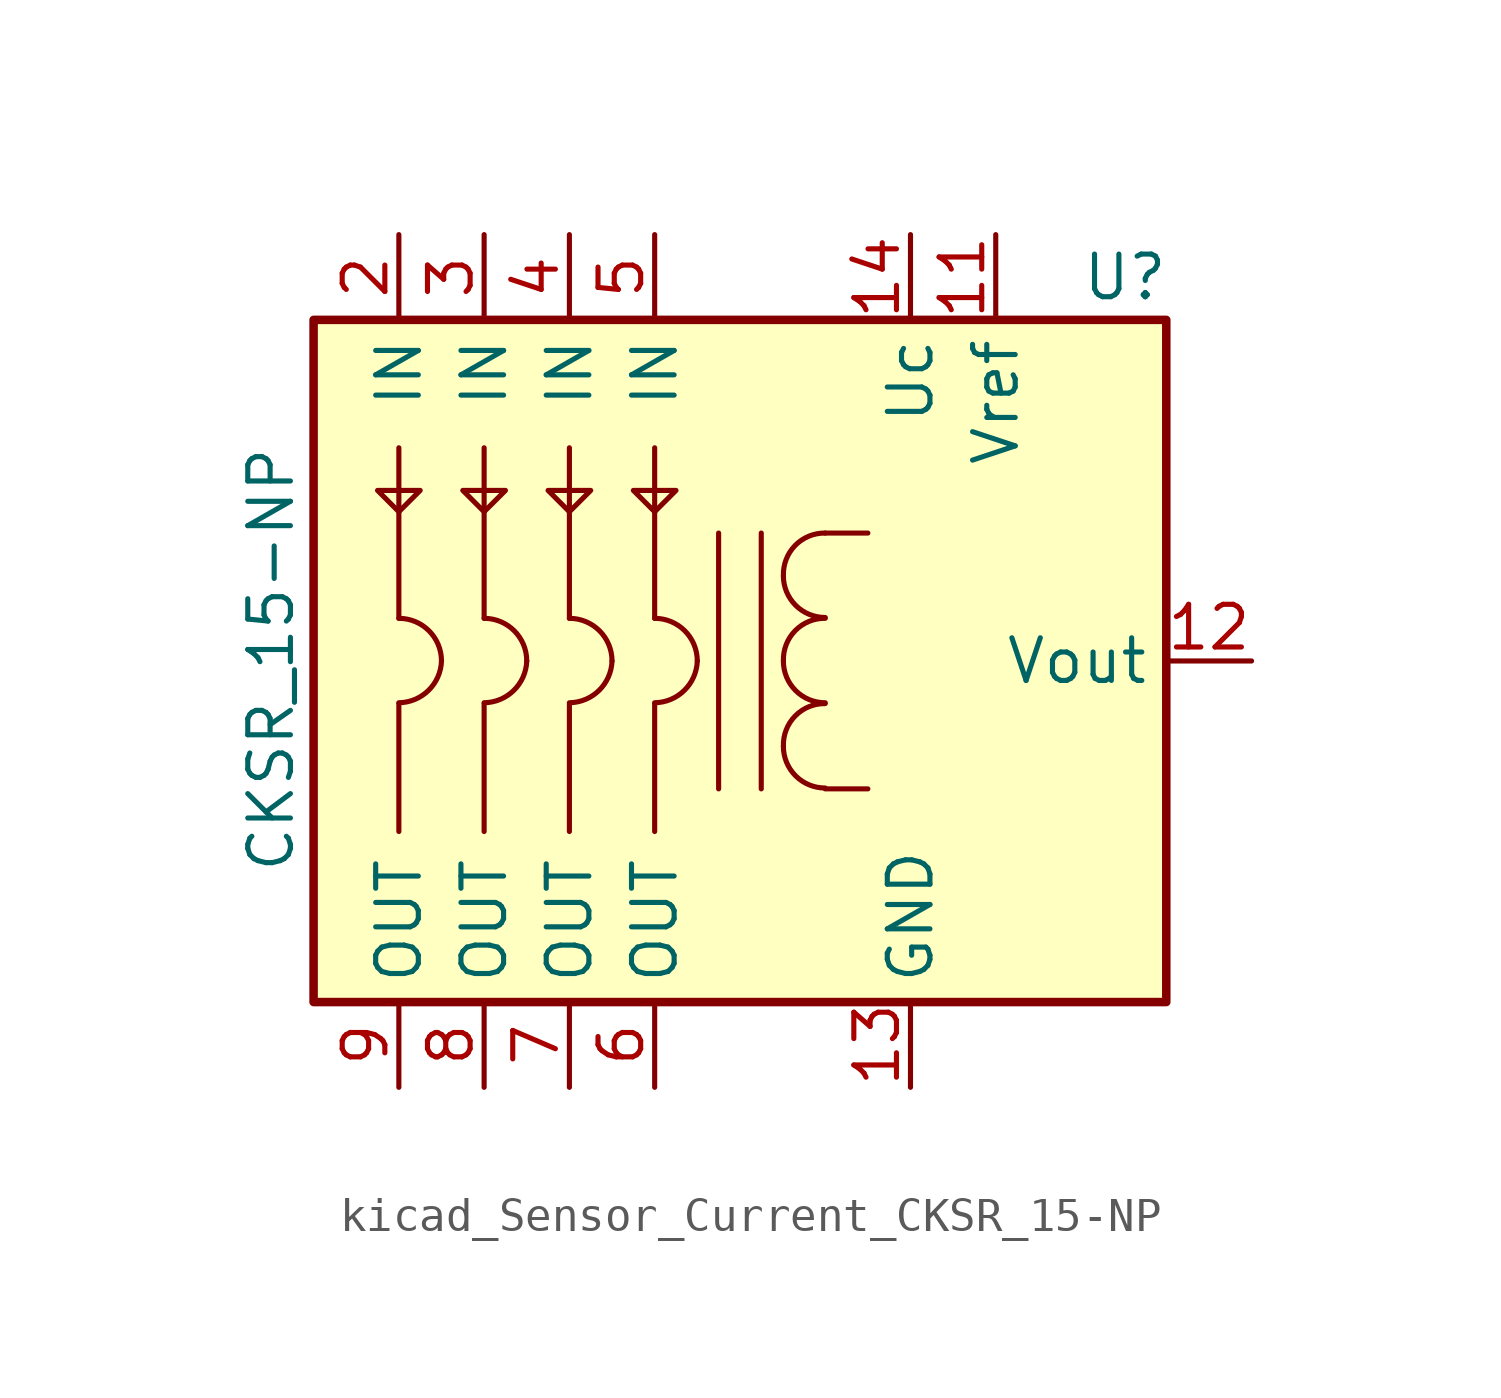
<source format=kicad_sym>
(kicad_symbol_lib
  (version 20220914)
  (generator kicad_symbol_editor)
  (symbol "kicad_Sensor_Current_CKSR_15-NP"
    (property "Reference" "U"
      (at 10.16 11.43 0)
      (effects (font (size 1.27 1.27)) (justify left)))
    (property "Value" "CKSR_15-NP"
      (at -13.97 -6.35 90)
      (effects (font (size 1.27 1.27)) (justify left)))
    (symbol "kicad_Sensor_Current_CKSR_15-NP_0_1"
      (rectangle (start -12.7 10.16) (end 12.7 -10.16) (stroke (width 0.254) (type default)) (fill (type background)))
      (polyline (pts (xy -10.16 -1.27) (xy -10.16 -5.08)) (stroke (width 0) (type default)) (fill (type none)))
      (polyline (pts (xy -10.16 1.27) (xy -10.16 6.35)) (stroke (width 0) (type default)) (fill (type none)))
      (polyline (pts (xy -7.62 -1.27) (xy -7.62 -5.08)) (stroke (width 0) (type default)) (fill (type none)))
      (polyline (pts (xy -7.62 1.27) (xy -7.62 6.35)) (stroke (width 0) (type default)) (fill (type none)))
      (polyline (pts (xy -5.08 -1.27) (xy -5.08 -5.08)) (stroke (width 0) (type default)) (fill (type none)))
      (polyline (pts (xy -5.08 1.27) (xy -5.08 6.35)) (stroke (width 0) (type default)) (fill (type none)))
      (polyline (pts (xy -2.54 -1.27) (xy -2.54 -5.08)) (stroke (width 0) (type default)) (fill (type none)))
      (polyline (pts (xy -2.54 1.27) (xy -2.54 6.35)) (stroke (width 0) (type default)) (fill (type none)))
      (polyline (pts (xy 2.54 -3.81) (xy 3.81 -3.81)) (stroke (width 0) (type default)) (fill (type none)))
      (polyline (pts (xy 2.54 3.81) (xy 3.81 3.81)) (stroke (width 0) (type default)) (fill (type none)))
      (polyline (pts (xy -9.525 5.08) (xy -10.795 5.08) (xy -10.16 4.445) (xy -9.525 5.08)) (stroke (width 0) (type default)) (fill (type none)))
      (polyline (pts (xy -6.985 5.08) (xy -8.255 5.08) (xy -7.62 4.445) (xy -6.985 5.08)) (stroke (width 0) (type default)) (fill (type none)))
      (polyline (pts (xy -4.445 5.08) (xy -5.715 5.08) (xy -5.08 4.445) (xy -4.445 5.08)) (stroke (width 0) (type default)) (fill (type none)))
      (polyline (pts (xy -1.905 5.08) (xy -2.54 4.445) (xy -3.175 5.08) (xy -1.905 5.08)) (stroke (width 0) (type default)) (fill (type none))))
    (symbol "kicad_Sensor_Current_CKSR_15-NP_1_1"
      (arc (start -10.16 -1.2446) (mid -9.2799 -0.8801) (end -8.89 0) (stroke (width 0) (type default)) (fill (type none)))
      (arc (start -8.89 0) (mid -9.262 0.898) (end -10.16 1.27) (stroke (width 0) (type default)) (fill (type none)))
      (arc (start -7.62 -1.2446) (mid -6.7399 -0.8801) (end -6.35 0) (stroke (width 0) (type default)) (fill (type none)))
      (arc (start -6.35 0) (mid -6.722 0.898) (end -7.62 1.27) (stroke (width 0) (type default)) (fill (type none)))
      (arc (start -5.08 -1.2446) (mid -4.1999 -0.8801) (end -3.81 0) (stroke (width 0) (type default)) (fill (type none)))
      (arc (start -3.81 0) (mid -4.182 0.898) (end -5.08 1.27) (stroke (width 0) (type default)) (fill (type none)))
      (arc (start -2.54 -1.2446) (mid -1.6599 -0.8801) (end -1.27 0) (stroke (width 0) (type default)) (fill (type none)))
      (arc (start -1.27 0) (mid -1.642 0.898) (end -2.54 1.27) (stroke (width 0) (type default)) (fill (type none)))
      (polyline (pts (xy -0.635 3.81) (xy -0.635 -3.81)) (stroke (width 0) (type default)) (fill (type none)))
      (polyline (pts (xy 0.635 -3.81) (xy 0.635 3.81)) (stroke (width 0) (type default)) (fill (type none)))
      (arc (start 1.2954 -2.54) (mid 1.6599 -3.4201) (end 2.54 -3.7846) (stroke (width 0) (type default)) (fill (type none)))
      (arc (start 1.2954 0) (mid 1.6599 -0.8801) (end 2.54 -1.2446) (stroke (width 0) (type default)) (fill (type none)))
      (arc (start 1.2954 2.54) (mid 1.6599 1.6599) (end 2.54 1.2954) (stroke (width 0) (type default)) (fill (type none)))
      (arc (start 2.54 -1.27) (mid 1.642 -1.642) (end 1.2954 -2.54) (stroke (width 0) (type default)) (fill (type none)))
      (arc (start 2.54 1.27) (mid 1.642 0.898) (end 1.2954 0) (stroke (width 0) (type default)) (fill (type none)))
      (arc (start 2.54 3.81) (mid 1.642 3.438) (end 1.2954 2.54) (stroke (width 0) (type default)) (fill (type none)))
      (pin bidirectional line (at 7.62 12.7 270) (length 2.54) (name "Vref" (effects (font (size 1.27 1.27)))) (number "11" (effects (font (size 1.27 1.27)))))
      (pin output line (at 15.24 0 180) (length 2.54) (name "Vout" (effects (font (size 1.27 1.27)))) (number "12" (effects (font (size 1.27 1.27)))))
      (pin power_in line (at 5.08 -12.7 90) (length 2.54) (name "GND" (effects (font (size 1.27 1.27)))) (number "13" (effects (font (size 1.27 1.27)))))
      (pin power_in line (at 5.08 12.7 270) (length 2.54) (name "Uc" (effects (font (size 1.27 1.27)))) (number "14" (effects (font (size 1.27 1.27)))))
      (pin passive line (at -10.16 12.7 270) (length 2.54) (name "IN" (effects (font (size 1.27 1.27)))) (number "2" (effects (font (size 1.27 1.27)))))
      (pin passive line (at -7.62 12.7 270) (length 2.54) (name "IN" (effects (font (size 1.27 1.27)))) (number "3" (effects (font (size 1.27 1.27)))))
      (pin passive line (at -5.08 12.7 270) (length 2.54) (name "IN" (effects (font (size 1.27 1.27)))) (number "4" (effects (font (size 1.27 1.27)))))
      (pin passive line (at -2.54 12.7 270) (length 2.54) (name "IN" (effects (font (size 1.27 1.27)))) (number "5" (effects (font (size 1.27 1.27)))))
      (pin passive line (at -2.54 -12.7 90) (length 2.54) (name "OUT" (effects (font (size 1.27 1.27)))) (number "6" (effects (font (size 1.27 1.27)))))
      (pin passive line (at -5.08 -12.7 90) (length 2.54) (name "OUT" (effects (font (size 1.27 1.27)))) (number "7" (effects (font (size 1.27 1.27)))))
      (pin passive line (at -7.62 -12.7 90) (length 2.54) (name "OUT" (effects (font (size 1.27 1.27)))) (number "8" (effects (font (size 1.27 1.27)))))
      (pin passive line (at -10.16 -12.7 90) (length 2.54) (name "OUT" (effects (font (size 1.27 1.27)))) (number "9" (effects (font (size 1.27 1.27))))))))
</source>
